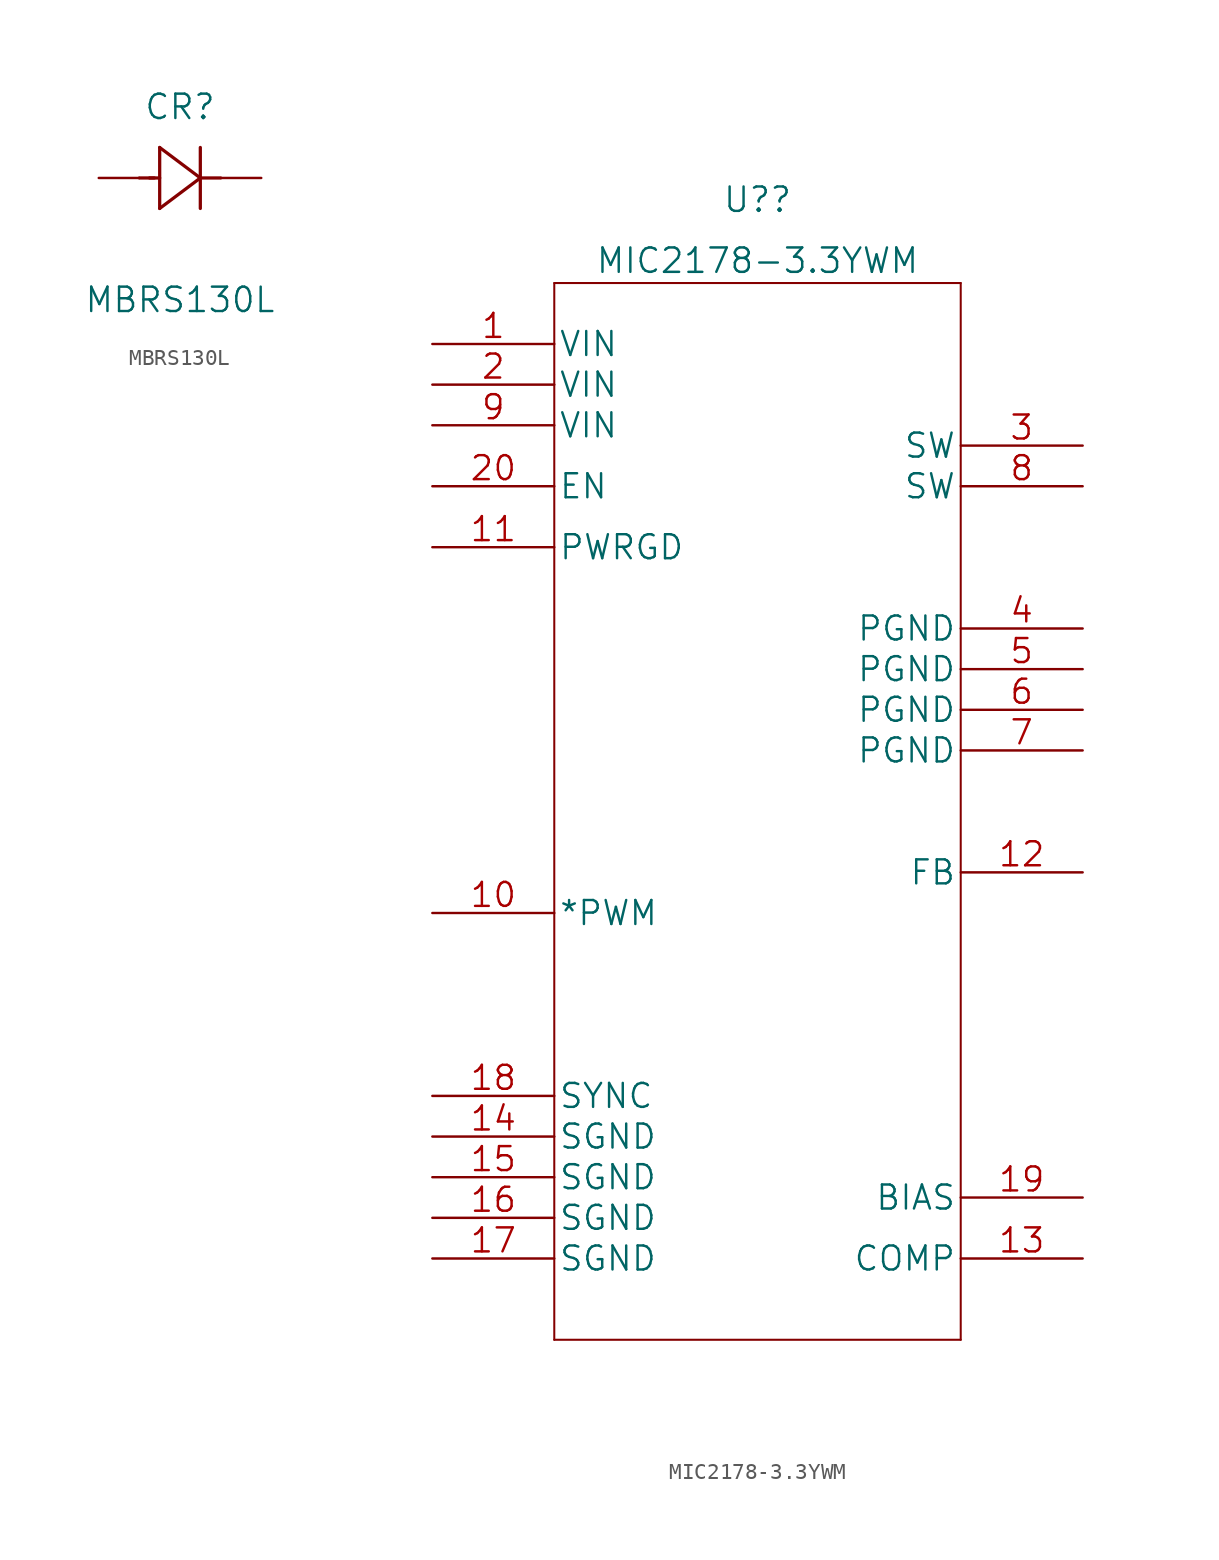
<source format=kicad_sym>
(kicad_symbol_lib
  (version 20211014)
  (generator kicad_symbol_editor)
  (symbol "MBRS130L"
    (pin_numbers hide)
    (pin_names
      (offset -1.651) hide)
    (property "Reference" "CR"
      (at 5.08 4.445 0)
      (effects (font (size 1.524 1.524))))
    (property "Value" "MBRS130L"
      (at 5.08 -7.62 0)
      (effects (font (size 1.524 1.524))))
    (property "Datasheet" ""
      (at 0 0 0)
      (effects (font (size 1.524 1.524))))
    (property "ki_locked" ""
      (at 0 0 0)
      (effects (font (size 1.27 1.27))))
    (symbol "MBRS130L_1_1"
      (polyline (pts (xy 2.54 0) (xy 3.48 0)) (stroke (width 0.203) (type default) (color 0 0 0 0)) (fill (type none)))
      (polyline (pts (xy 3.175 0) (xy 3.81 0)) (stroke (width 0.203) (type default) (color 0 0 0 0)) (fill (type none)))
      (polyline (pts (xy 3.81 -1.905) (xy 6.35 0)) (stroke (width 0.203) (type default) (color 0 0 0 0)) (fill (type none)))
      (polyline (pts (xy 3.81 1.905) (xy 3.81 -1.905)) (stroke (width 0.203) (type default) (color 0 0 0 0)) (fill (type none)))
      (polyline (pts (xy 6.35 -1.905) (xy 6.35 1.905)) (stroke (width 0.203) (type default) (color 0 0 0 0)) (fill (type none)))
      (polyline (pts (xy 6.35 0) (xy 3.81 1.905)) (stroke (width 0.203) (type default) (color 0 0 0 0)) (fill (type none)))
      (polyline (pts (xy 6.35 0) (xy 7.62 0)) (stroke (width 0.203) (type default) (color 0 0 0 0)) (fill (type none)))
      (pin unspecified line (at 10.16 0 180) (length 2.54) (name "1" (effects (font (size 1.499 1.499)))) (number "1" (effects (font (size 1.499 1.499)))))
      (pin unspecified line (at 0 0 0) (length 2.54) (name "2" (effects (font (size 1.499 1.499)))) (number "2" (effects (font (size 1.499 1.499)))))))
  (symbol "MIC2178-3.3YWM"
    (pin_names
      (offset 0.254))
    (property "Reference" "U?"
      (at 20.32 10.287 0)
      (effects (font (size 1.524 1.524))))
    (property "Value" "MIC2178-3.3YWM"
      (at 20.32 6.477 0)
      (effects (font (size 1.524 1.524))))
    (property "Datasheet" ""
      (at 0 0 0)
      (effects (font (size 1.524 1.524))))
    (property "ki_locked" ""
      (at 0 0 0)
      (effects (font (size 1.27 1.27))))
    (symbol "MIC2178-3.3YWM_1_1"
      (polyline (pts (xy 7.62 -60.96) (xy 33.02 -60.96)) (stroke (width 0.127) (type default) (color 0 0 0 0)) (fill (type none)))
      (polyline (pts (xy 7.62 5.08) (xy 7.62 -60.96)) (stroke (width 0.127) (type default) (color 0 0 0 0)) (fill (type none)))
      (polyline (pts (xy 33.02 -60.96) (xy 33.02 5.08)) (stroke (width 0.127) (type default) (color 0 0 0 0)) (fill (type none)))
      (polyline (pts (xy 33.02 5.08) (xy 7.62 5.08)) (stroke (width 0.127) (type default) (color 0 0 0 0)) (fill (type none)))
      (pin power_in line (at 0 1.27 0) (length 7.62) (name "VIN" (effects (font (size 1.499 1.499)))) (number "1" (effects (font (size 1.499 1.499)))))
      (pin input line (at 0 -34.29 0) (length 7.62) (name "*PWM" (effects (font (size 1.499 1.499)))) (number "10" (effects (font (size 1.499 1.499)))))
      (pin output line (at 0 -11.43 0) (length 7.62) (name "PWRGD" (effects (font (size 1.499 1.499)))) (number "11" (effects (font (size 1.499 1.499)))))
      (pin input line (at 40.64 -31.75 180) (length 7.62) (name "FB" (effects (font (size 1.499 1.499)))) (number "12" (effects (font (size 1.499 1.499)))))
      (pin output line (at 40.64 -55.88 180) (length 7.62) (name "COMP" (effects (font (size 1.499 1.499)))) (number "13" (effects (font (size 1.499 1.499)))))
      (pin power_in line (at 0 -48.26 0) (length 7.62) (name "SGND" (effects (font (size 1.499 1.499)))) (number "14" (effects (font (size 1.499 1.499)))))
      (pin power_in line (at 0 -50.8 0) (length 7.62) (name "SGND" (effects (font (size 1.499 1.499)))) (number "15" (effects (font (size 1.499 1.499)))))
      (pin power_in line (at 0 -53.34 0) (length 7.62) (name "SGND" (effects (font (size 1.499 1.499)))) (number "16" (effects (font (size 1.499 1.499)))))
      (pin power_in line (at 0 -55.88 0) (length 7.62) (name "SGND" (effects (font (size 1.499 1.499)))) (number "17" (effects (font (size 1.499 1.499)))))
      (pin input line (at 0 -45.72 0) (length 7.62) (name "SYNC" (effects (font (size 1.499 1.499)))) (number "18" (effects (font (size 1.499 1.499)))))
      (pin power_in line (at 40.64 -52.07 180) (length 7.62) (name "BIAS" (effects (font (size 1.499 1.499)))) (number "19" (effects (font (size 1.499 1.499)))))
      (pin power_in line (at 0 -1.27 0) (length 7.62) (name "VIN" (effects (font (size 1.499 1.499)))) (number "2" (effects (font (size 1.499 1.499)))))
      (pin input line (at 0 -7.62 0) (length 7.62) (name "EN" (effects (font (size 1.499 1.499)))) (number "20" (effects (font (size 1.499 1.499)))))
      (pin output line (at 40.64 -5.08 180) (length 7.62) (name "SW" (effects (font (size 1.499 1.499)))) (number "3" (effects (font (size 1.499 1.499)))))
      (pin power_in line (at 40.64 -16.51 180) (length 7.62) (name "PGND" (effects (font (size 1.499 1.499)))) (number "4" (effects (font (size 1.499 1.499)))))
      (pin power_in line (at 40.64 -19.05 180) (length 7.62) (name "PGND" (effects (font (size 1.499 1.499)))) (number "5" (effects (font (size 1.499 1.499)))))
      (pin power_in line (at 40.64 -21.59 180) (length 7.62) (name "PGND" (effects (font (size 1.499 1.499)))) (number "6" (effects (font (size 1.499 1.499)))))
      (pin power_in line (at 40.64 -24.13 180) (length 7.62) (name "PGND" (effects (font (size 1.499 1.499)))) (number "7" (effects (font (size 1.499 1.499)))))
      (pin output line (at 40.64 -7.62 180) (length 7.62) (name "SW" (effects (font (size 1.499 1.499)))) (number "8" (effects (font (size 1.499 1.499)))))
      (pin power_in line (at 0 -3.81 0) (length 7.62) (name "VIN" (effects (font (size 1.499 1.499)))) (number "9" (effects (font (size 1.499 1.499))))))))
</source>
